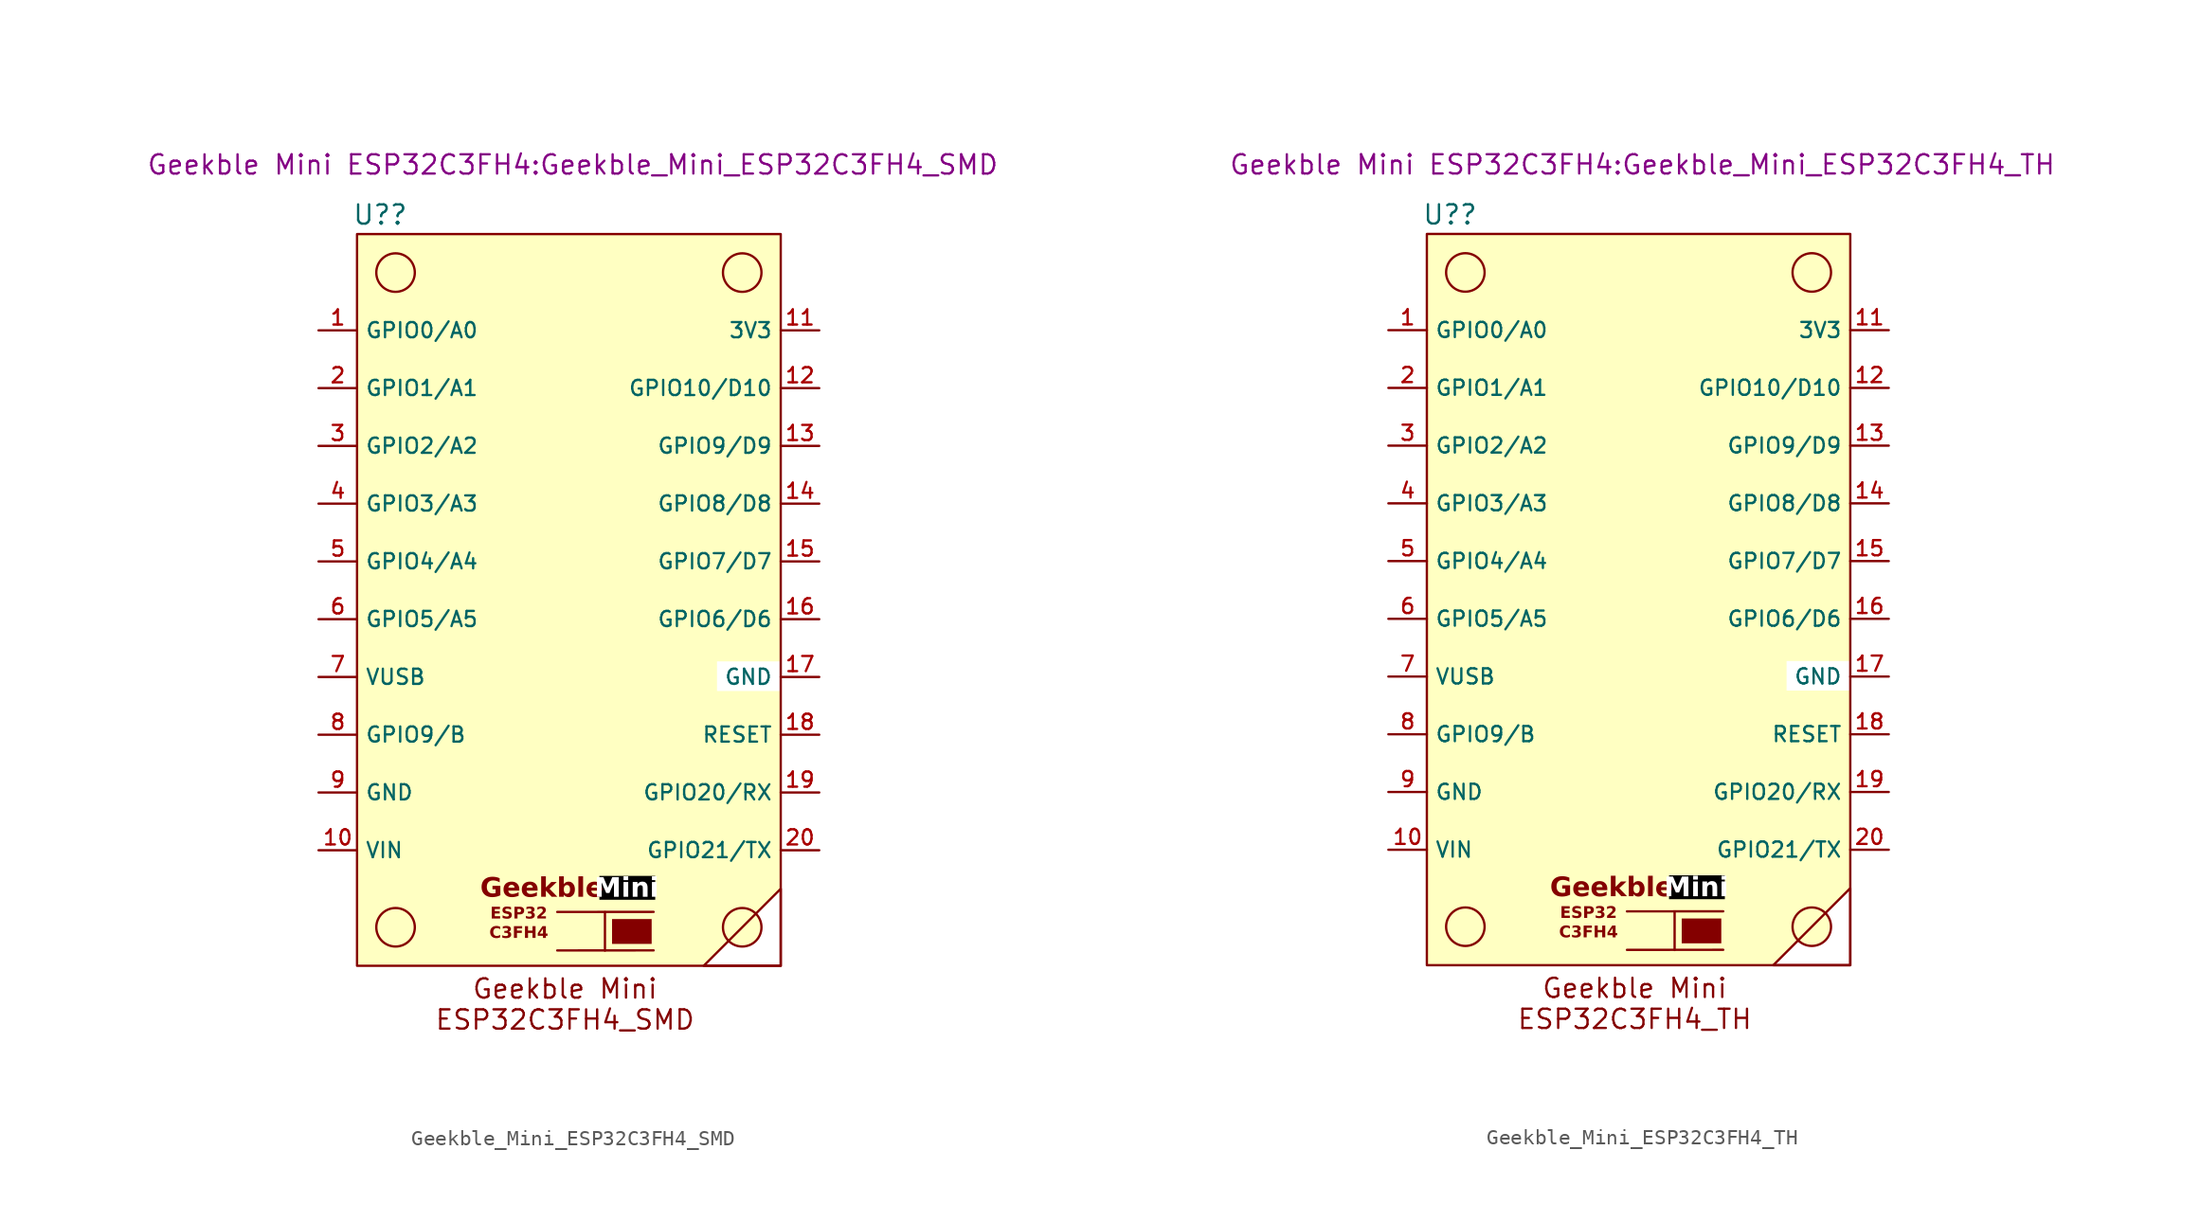
<source format=kicad_sym>
(kicad_symbol_lib
  (version 20241209)
  (generator "kicad_symbol_editor")
  (generator_version "9.0")
  (symbol "Geekble_Mini_ESP32C3FH4_SMD"
    (property "Reference" "U?"
      (at -8.636 17.78 0)
      (do_not_autoplace)
      (effects (font (size 1.27 1.27))))
    (property "Footprint" "Geekble Mini ESP32C3FH4:Geekble_Mini_ESP32C3FH4_SMD"
      (at 4.064 21.082 0)
      (effects (font (size 1.27 1.27))))
    (symbol "Geekble_Mini_ESP32C3FH4_SMD_1_0"
      (pin bidirectional line (at -12.7 10.16 0) (length 2.54) (name "GPIO0/A0" (effects (font (size 1 1)))) (number "1" (effects (font (size 1 1))))))
    (symbol "Geekble_Mini_ESP32C3FH4_SMD_1_1"
      (rectangle (start -10.21 -19.268) (end -6.002 -21.22) (stroke (width -0.0001) (type solid)) (fill (type color) (color 255 255 255 1)))
      (rectangle (start -10.16 16.51) (end 17.78 -31.75) (stroke (width 0) (type default)) (fill (type background)))
      (circle (center -7.62 13.97) (radius 1.27) (stroke (width 0) (type default)) (fill (type none)))
      (circle (center -7.62 -29.21) (radius 1.27) (stroke (width 0) (type default)) (fill (type none)))
      (rectangle (start 5.82 -25.821) (end 9.503 -27.395) (stroke (width -0.0001) (type solid)) (fill (type color) (color 0 0 0 1)))
      (polyline (pts (xy 6.188 -28.209) (xy 6.188 -30.749)) (stroke (width 0) (type default)) (fill (type none)))
      (rectangle (start 6.657 -28.667) (end 9.268 -30.307) (stroke (width -0.0001) (type solid)) (fill (type outline)))
      (polyline (pts (xy 9.398 -28.194) (xy 3.041 -28.198)) (stroke (width 0) (type default)) (fill (type none)))
      (polyline (pts (xy 9.398 -30.734) (xy 3.041 -30.738)) (stroke (width 0) (type default)) (fill (type none)))
      (polyline (pts (xy 12.7 -31.75) (xy 17.78 -26.67) (xy 17.78 -31.75) (xy 12.7 -31.75)) (stroke (width 0) (type solid)) (fill (type color) (color 255 255 255 1)))
      (rectangle (start 13.577 -11.675) (end 17.786 -13.627) (stroke (width -0.0001) (type solid)) (fill (type color) (color 255 255 255 1)))
      (circle (center 15.24 13.97) (radius 1.27) (stroke (width 0) (type default)) (fill (type none)))
      (circle (center 15.24 -29.21) (radius 1.27) (stroke (width 0) (type solid)) (fill (type background)))
      (text "ESP32\nC3FH4" (at 0.508 -28.956 0) (effects (font (face "Arial") (size 0.762 0.762) (bold yes))))
      (text "Geekble" (at 2.032 -26.67 0) (effects (font (face "Arial") (size 1.27 1.27) (bold yes))))
      (text "Geekble Mini\nESP32C3FH4_SMD\n" (at 3.556 -34.29 0) (effects (font (size 1.27 1.27))))
      (text "Mini" (at 7.62 -26.67 0) (effects (font (face "Arial") (size 1.27 1.27) (bold yes) (color 255 255 255 1))))
      (pin bidirectional line (at -12.7 6.35 0) (length 2.54) (name "GPIO1/A1" (effects (font (size 1 1)))) (number "2" (effects (font (size 1 1)))))
      (pin bidirectional line (at -12.7 2.54 0) (length 2.54) (name "GPIO2/A2" (effects (font (size 1 1)))) (number "3" (effects (font (size 1 1)))))
      (pin bidirectional line (at -12.7 -1.27 0) (length 2.54) (name "GPIO3/A3" (effects (font (size 1 1)))) (number "4" (effects (font (size 1 1)))))
      (pin bidirectional line (at -12.7 -5.08 0) (length 2.54) (name "GPIO4/A4" (effects (font (size 1 1)))) (number "5" (effects (font (size 1 1)))))
      (pin bidirectional line (at -12.7 -8.89 0) (length 2.54) (name "GPIO5/A5" (effects (font (size 1 1)))) (number "6" (effects (font (size 1 1)))))
      (pin output line (at -12.7 -12.7 0) (length 2.54) (name "VUSB" (effects (font (size 1 1)))) (number "7" (effects (font (size 1 1)))))
      (pin bidirectional line (at -12.7 -16.51 0) (length 2.54) (name "GPIO9/B" (effects (font (size 1 1)))) (number "8" (effects (font (size 1 1)))))
      (pin passive line (at -12.7 -20.32 0) (length 2.54) (name "GND" (effects (font (size 1 1)))) (number "9" (effects (font (size 1 1)))))
      (pin power_in line (at -12.7 -24.13 0) (length 2.54) (name "VIN" (effects (font (size 1 1)))) (number "10" (effects (font (size 1 1)))))
      (pin power_out line (at 20.32 10.16 180) (length 2.54) (name "3V3" (effects (font (size 1 1)))) (number "11" (effects (font (size 1 1)))))
      (pin bidirectional line (at 20.32 6.35 180) (length 2.54) (name "GPIO10/D10" (effects (font (size 1 1)))) (number "12" (effects (font (size 1 1)))))
      (pin bidirectional line (at 20.32 2.54 180) (length 2.54) (name "GPIO9/D9" (effects (font (size 1 1)))) (number "13" (effects (font (size 1 1)))))
      (pin bidirectional line (at 20.32 -1.27 180) (length 2.54) (name "GPIO8/D8" (effects (font (size 1 1)))) (number "14" (effects (font (size 1 1)))))
      (pin bidirectional line (at 20.32 -5.08 180) (length 2.54) (name "GPIO7/D7" (effects (font (size 1 1)))) (number "15" (effects (font (size 1 1)))))
      (pin bidirectional line (at 20.32 -8.89 180) (length 2.54) (name "GPIO6/D6" (effects (font (size 1 1)))) (number "16" (effects (font (size 1 1)))))
      (pin passive line (at 20.32 -12.7 180) (length 2.54) (name "GND" (effects (font (size 1 1)))) (number "17" (effects (font (size 1 1)))))
      (pin input line (at 20.32 -16.51 180) (length 2.54) (name "RESET" (effects (font (size 1 1)))) (number "18" (effects (font (size 1 1)))))
      (pin bidirectional line (at 20.32 -20.32 180) (length 2.54) (name "GPIO20/RX" (effects (font (size 1 1)))) (number "19" (effects (font (size 1 1)))))
      (pin bidirectional line (at 20.32 -24.13 180) (length 2.54) (name "GPIO21/TX" (effects (font (size 1 1)))) (number "20" (effects (font (size 1 1)))))))
  (symbol "Geekble_Mini_ESP32C3FH4_TH"
    (property "Reference" "U?"
      (at -8.636 17.78 0)
      (do_not_autoplace)
      (effects (font (size 1.27 1.27))))
    (property "Footprint" "Geekble Mini ESP32C3FH4:Geekble_Mini_ESP32C3FH4_TH"
      (at 4.064 21.082 0)
      (effects (font (size 1.27 1.27))))
    (symbol "Geekble_Mini_ESP32C3FH4_TH_1_0"
      (pin bidirectional line (at -12.7 10.16 0) (length 2.54) (name "GPIO0/A0" (effects (font (size 1 1)))) (number "1" (effects (font (size 1 1))))))
    (symbol "Geekble_Mini_ESP32C3FH4_TH_1_1"
      (rectangle (start -10.21 -19.268) (end -6.002 -21.22) (stroke (width -0.0001) (type solid)) (fill (type color) (color 255 255 255 1)))
      (rectangle (start -10.16 16.51) (end 17.78 -31.75) (stroke (width 0) (type default)) (fill (type background)))
      (circle (center -7.62 13.97) (radius 1.27) (stroke (width 0) (type default)) (fill (type none)))
      (circle (center -7.62 -29.21) (radius 1.27) (stroke (width 0) (type default)) (fill (type none)))
      (rectangle (start 5.82 -25.821) (end 9.503 -27.395) (stroke (width -0.0001) (type solid)) (fill (type color) (color 0 0 0 1)))
      (polyline (pts (xy 6.188 -28.209) (xy 6.188 -30.749)) (stroke (width 0) (type default)) (fill (type none)))
      (rectangle (start 6.657 -28.667) (end 9.268 -30.307) (stroke (width -0.0001) (type solid)) (fill (type outline)))
      (polyline (pts (xy 9.398 -28.194) (xy 3.041 -28.198)) (stroke (width 0) (type default)) (fill (type none)))
      (polyline (pts (xy 9.398 -30.734) (xy 3.041 -30.738)) (stroke (width 0) (type default)) (fill (type none)))
      (polyline (pts (xy 12.7 -31.75) (xy 17.78 -26.67) (xy 17.78 -31.75) (xy 12.7 -31.75)) (stroke (width 0) (type solid)) (fill (type color) (color 255 255 255 1)))
      (rectangle (start 13.577 -11.675) (end 17.786 -13.627) (stroke (width -0.0001) (type solid)) (fill (type color) (color 255 255 255 1)))
      (circle (center 15.24 13.97) (radius 1.27) (stroke (width 0) (type default)) (fill (type none)))
      (circle (center 15.24 -29.21) (radius 1.27) (stroke (width 0) (type solid)) (fill (type background)))
      (text "ESP32\nC3FH4" (at 0.508 -28.956 0) (effects (font (face "Arial") (size 0.762 0.762) (bold yes))))
      (text "Geekble" (at 2.032 -26.67 0) (effects (font (face "Arial") (size 1.27 1.27) (bold yes))))
      (text "Geekble Mini\nESP32C3FH4_TH\n" (at 3.556 -34.29 0) (effects (font (size 1.27 1.27))))
      (text "Mini" (at 7.62 -26.67 0) (effects (font (face "Arial") (size 1.27 1.27) (bold yes) (color 255 255 255 1))))
      (pin bidirectional line (at -12.7 6.35 0) (length 2.54) (name "GPIO1/A1" (effects (font (size 1 1)))) (number "2" (effects (font (size 1 1)))))
      (pin bidirectional line (at -12.7 2.54 0) (length 2.54) (name "GPIO2/A2" (effects (font (size 1 1)))) (number "3" (effects (font (size 1 1)))))
      (pin bidirectional line (at -12.7 -1.27 0) (length 2.54) (name "GPIO3/A3" (effects (font (size 1 1)))) (number "4" (effects (font (size 1 1)))))
      (pin bidirectional line (at -12.7 -5.08 0) (length 2.54) (name "GPIO4/A4" (effects (font (size 1 1)))) (number "5" (effects (font (size 1 1)))))
      (pin bidirectional line (at -12.7 -8.89 0) (length 2.54) (name "GPIO5/A5" (effects (font (size 1 1)))) (number "6" (effects (font (size 1 1)))))
      (pin output line (at -12.7 -12.7 0) (length 2.54) (name "VUSB" (effects (font (size 1 1)))) (number "7" (effects (font (size 1 1)))))
      (pin bidirectional line (at -12.7 -16.51 0) (length 2.54) (name "GPIO9/B" (effects (font (size 1 1)))) (number "8" (effects (font (size 1 1)))))
      (pin passive line (at -12.7 -20.32 0) (length 2.54) (name "GND" (effects (font (size 1 1)))) (number "9" (effects (font (size 1 1)))))
      (pin power_in line (at -12.7 -24.13 0) (length 2.54) (name "VIN" (effects (font (size 1 1)))) (number "10" (effects (font (size 1 1)))))
      (pin power_out line (at 20.32 10.16 180) (length 2.54) (name "3V3" (effects (font (size 1 1)))) (number "11" (effects (font (size 1 1)))))
      (pin bidirectional line (at 20.32 6.35 180) (length 2.54) (name "GPIO10/D10" (effects (font (size 1 1)))) (number "12" (effects (font (size 1 1)))))
      (pin bidirectional line (at 20.32 2.54 180) (length 2.54) (name "GPIO9/D9" (effects (font (size 1 1)))) (number "13" (effects (font (size 1 1)))))
      (pin bidirectional line (at 20.32 -1.27 180) (length 2.54) (name "GPIO8/D8" (effects (font (size 1 1)))) (number "14" (effects (font (size 1 1)))))
      (pin bidirectional line (at 20.32 -5.08 180) (length 2.54) (name "GPIO7/D7" (effects (font (size 1 1)))) (number "15" (effects (font (size 1 1)))))
      (pin bidirectional line (at 20.32 -8.89 180) (length 2.54) (name "GPIO6/D6" (effects (font (size 1 1)))) (number "16" (effects (font (size 1 1)))))
      (pin passive line (at 20.32 -12.7 180) (length 2.54) (name "GND" (effects (font (size 1 1)))) (number "17" (effects (font (size 1 1)))))
      (pin input line (at 20.32 -16.51 180) (length 2.54) (name "RESET" (effects (font (size 1 1)))) (number "18" (effects (font (size 1 1)))))
      (pin bidirectional line (at 20.32 -20.32 180) (length 2.54) (name "GPIO20/RX" (effects (font (size 1 1)))) (number "19" (effects (font (size 1 1)))))
      (pin bidirectional line (at 20.32 -24.13 180) (length 2.54) (name "GPIO21/TX" (effects (font (size 1 1)))) (number "20" (effects (font (size 1 1))))))))
</source>
